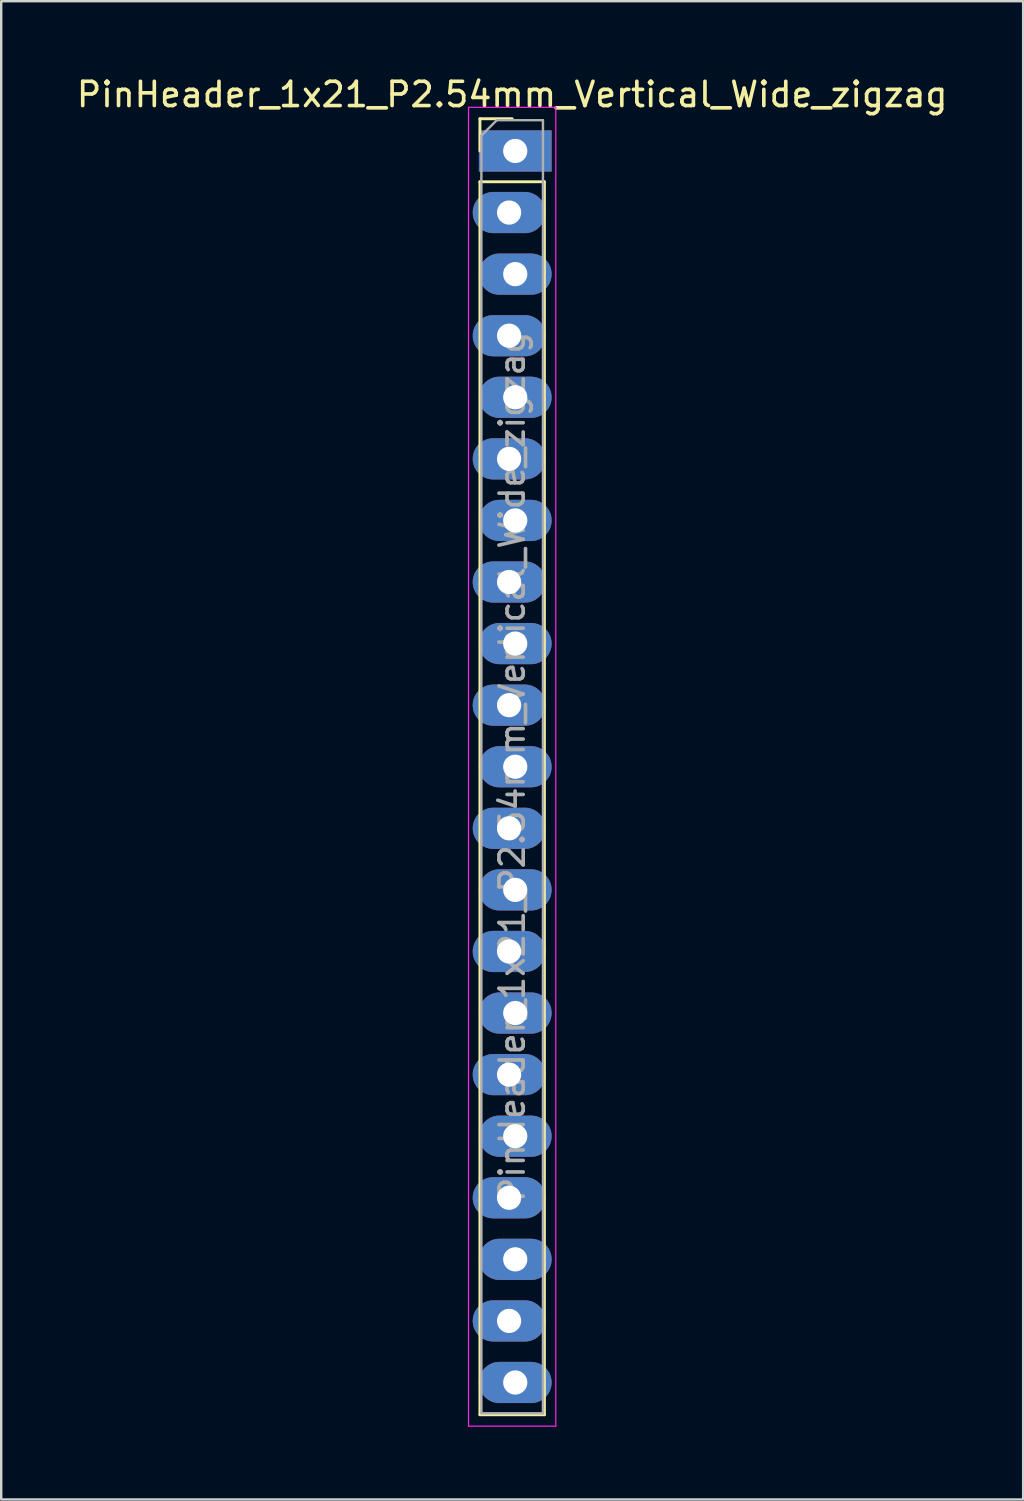
<source format=kicad_pcb>
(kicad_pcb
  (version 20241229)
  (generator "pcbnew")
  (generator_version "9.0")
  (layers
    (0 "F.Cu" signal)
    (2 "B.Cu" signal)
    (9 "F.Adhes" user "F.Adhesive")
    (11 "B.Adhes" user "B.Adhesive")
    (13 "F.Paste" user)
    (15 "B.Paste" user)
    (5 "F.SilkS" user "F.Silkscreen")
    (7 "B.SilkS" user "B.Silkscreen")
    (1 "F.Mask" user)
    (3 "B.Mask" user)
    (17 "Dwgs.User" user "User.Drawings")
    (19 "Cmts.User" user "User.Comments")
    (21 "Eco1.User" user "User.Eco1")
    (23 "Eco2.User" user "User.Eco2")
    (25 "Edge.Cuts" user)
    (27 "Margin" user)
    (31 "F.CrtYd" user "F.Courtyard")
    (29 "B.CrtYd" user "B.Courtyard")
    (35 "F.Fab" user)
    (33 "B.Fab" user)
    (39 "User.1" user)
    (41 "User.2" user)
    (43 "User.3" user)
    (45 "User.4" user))
  (footprint "PinHeader_1x21_P2.54mm_Vertical_Wide_zigzag"
    (layer "F.Cu")
    (at 18.077 3.178)
    (property "Reference" "PinHeader_1x21_P2.54mm_Vertical_Wide_zigzag" (at 0 -2.33 0) (layer "F.SilkS") (effects (font (size 1 1) (thickness 0.15))))
    (attr through_hole)
    (fp_line (start -1.33 -1.33) (end 0 -1.33) (stroke (width 0.12) (type solid)) (layer "F.SilkS"))
    (fp_line (start -1.33 0) (end -1.33 -1.33) (stroke (width 0.12) (type solid)) (layer "F.SilkS"))
    (fp_line (start -1.33 1.27) (end -1.33 52.13) (stroke (width 0.12) (type solid)) (layer "F.SilkS"))
    (fp_line (start -1.33 1.27) (end 1.33 1.27) (stroke (width 0.12) (type solid)) (layer "F.SilkS"))
    (fp_line (start -1.33 52.13) (end 1.33 52.13) (stroke (width 0.12) (type solid)) (layer "F.SilkS"))
    (fp_line (start 1.33 1.27) (end 1.33 52.13) (stroke (width 0.12) (type solid)) (layer "F.SilkS"))
    (fp_line (start -1.8 -1.8) (end -1.8 52.6) (stroke (width 0.05) (type solid)) (layer "F.CrtYd"))
    (fp_line (start -1.8 52.6) (end 1.8 52.6) (stroke (width 0.05) (type solid)) (layer "F.CrtYd"))
    (fp_line (start 1.8 -1.8) (end -1.8 -1.8) (stroke (width 0.05) (type solid)) (layer "F.CrtYd"))
    (fp_line (start 1.8 52.6) (end 1.8 -1.8) (stroke (width 0.05) (type solid)) (layer "F.CrtYd"))
    (fp_line (start -1.27 -0.635) (end -0.635 -1.27) (stroke (width 0.1) (type solid)) (layer "F.Fab"))
    (fp_line (start -1.27 52.07) (end -1.27 -0.635) (stroke (width 0.1) (type solid)) (layer "F.Fab"))
    (fp_line (start -0.635 -1.27) (end 1.27 -1.27) (stroke (width 0.1) (type solid)) (layer "F.Fab"))
    (fp_line (start 1.27 -1.27) (end 1.27 52.07) (stroke (width 0.1) (type solid)) (layer "F.Fab"))
    (fp_line (start 1.27 52.07) (end -1.27 52.07) (stroke (width 0.1) (type solid)) (layer "F.Fab"))
    (fp_text user "${REFERENCE}" (at 0 25.4 90) (layer "F.Fab") (effects (font (size 1 1) (thickness 0.15))))
    (pad "1" thru_hole rect (at 0.127 0) (size 3 1.7) (drill 1) (layers "*.Cu" "*.Mask"))
    (pad "2" thru_hole oval (at -0.127 2.54) (size 3 1.7) (drill 1) (layers "*.Cu" "*.Mask"))
    (pad "3" thru_hole oval (at 0.127 5.08) (size 3 1.7) (drill 1) (layers "*.Cu" "*.Mask"))
    (pad "4" thru_hole oval (at -0.127 7.62) (size 3 1.7) (drill 1) (layers "*.Cu" "*.Mask"))
    (pad "5" thru_hole oval (at 0.127 10.16) (size 3 1.7) (drill 1) (layers "*.Cu" "*.Mask"))
    (pad "6" thru_hole oval (at -0.127 12.7) (size 3 1.7) (drill 1) (layers "*.Cu" "*.Mask"))
    (pad "7" thru_hole oval (at 0.127 15.24) (size 3 1.7) (drill 1) (layers "*.Cu" "*.Mask"))
    (pad "8" thru_hole oval (at -0.127 17.78) (size 3 1.7) (drill 1) (layers "*.Cu" "*.Mask"))
    (pad "9" thru_hole oval (at 0.127 20.32) (size 3 1.7) (drill 1) (layers "*.Cu" "*.Mask"))
    (pad "10" thru_hole oval (at -0.127 22.86) (size 3 1.7) (drill 1) (layers "*.Cu" "*.Mask"))
    (pad "11" thru_hole oval (at 0.127 25.4) (size 3 1.7) (drill 1) (layers "*.Cu" "*.Mask"))
    (pad "12" thru_hole oval (at -0.127 27.94) (size 3 1.7) (drill 1) (layers "*.Cu" "*.Mask"))
    (pad "13" thru_hole oval (at 0.127 30.48) (size 3 1.7) (drill 1) (layers "*.Cu" "*.Mask"))
    (pad "14" thru_hole oval (at -0.127 33.02) (size 3 1.7) (drill 1) (layers "*.Cu" "*.Mask"))
    (pad "15" thru_hole oval (at 0.127 35.56) (size 3 1.7) (drill 1) (layers "*.Cu" "*.Mask"))
    (pad "16" thru_hole oval (at -0.127 38.1) (size 3 1.7) (drill 1) (layers "*.Cu" "*.Mask"))
    (pad "17" thru_hole oval (at 0.127 40.64) (size 3 1.7) (drill 1) (layers "*.Cu" "*.Mask"))
    (pad "18" thru_hole oval (at -0.127 43.18) (size 3 1.7) (drill 1) (layers "*.Cu" "*.Mask"))
    (pad "19" thru_hole oval (at 0.127 45.72) (size 3 1.7) (drill 1) (layers "*.Cu" "*.Mask"))
    (pad "20" thru_hole oval (at -0.127 48.26) (size 3 1.7) (drill 1) (layers "*.Cu" "*.Mask"))
    (pad "21" thru_hole oval (at 0.127 50.8) (size 3 1.7) (drill 1) (layers "*.Cu" "*.Mask")))
  (gr_rect
    (start -3 -3)
    (end 39.155 58.803)
    (stroke (width 0.1) (type default))
    (fill no)
    (layer "Edge.Cuts")))
</source>
